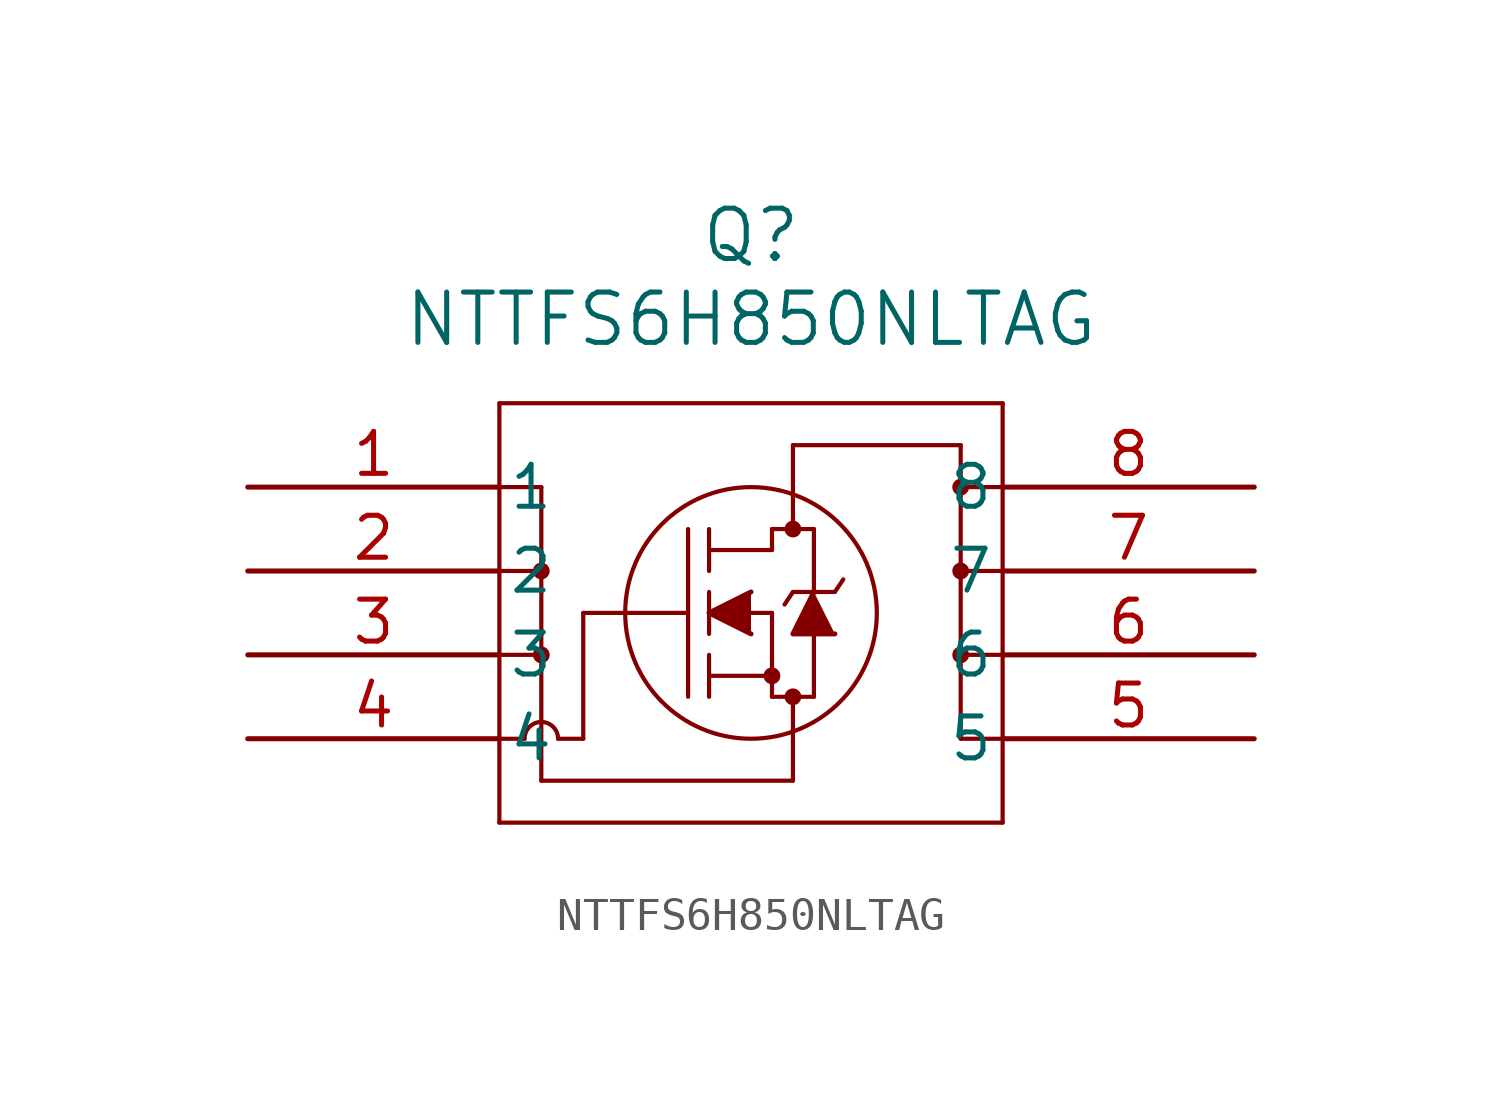
<source format=kicad_sym>
(kicad_symbol_lib
  (version 20211014)
  (generator kicad_symbol_editor)
  (symbol "NTTFS6H850NLTAG"
    (pin_names
      (offset 0.254))
    (property "Reference" "Q"
      (at 15.24 7.62 0)
      (effects (font (size 1.524 1.524))))
    (property "Value" "NTTFS6H850NLTAG"
      (at 15.24 5.08 0)
      (effects (font (size 1.524 1.524))))
    (symbol "NTTFS6H850NLTAG_0_1"
      (polyline (pts (xy 7.62 2.54) (xy 7.62 -10.16)) (stroke (width 0.127) (type default) (color 0 0 0 0)) (fill (type none)))
      (polyline (pts (xy 7.62 -10.16) (xy 22.86 -10.16)) (stroke (width 0.127) (type default) (color 0 0 0 0)) (fill (type none)))
      (polyline (pts (xy 22.86 -10.16) (xy 22.86 2.54)) (stroke (width 0.127) (type default) (color 0 0 0 0)) (fill (type none)))
      (polyline (pts (xy 22.86 2.54) (xy 7.62 2.54)) (stroke (width 0.127) (type default) (color 0 0 0 0)) (fill (type none)))
      (circle (center 16.51 -1.27) (radius 0.127) (stroke (width 0.254) (type default) (color 0 0 0 0)) (fill (type none)))
      (circle (center 16.51 -6.35) (radius 0.127) (stroke (width 0.254) (type default) (color 0 0 0 0)) (fill (type none)))
      (circle (center 15.875 -5.715) (radius 0.127) (stroke (width 0.254) (type default) (color 0 0 0 0)) (fill (type none)))
      (circle (center 15.24 -3.81) (radius 3.81) (stroke (width 0.127) (type default) (color 0 0 0 0)) (fill (type none)))
      (polyline (pts (xy 10.16 -3.81) (xy 13.335 -3.81)) (stroke (width 0.127) (type default) (color 0 0 0 0)) (fill (type none)))
      (polyline (pts (xy 13.335 -6.35) (xy 13.335 -1.27)) (stroke (width 0.127) (type default) (color 0 0 0 0)) (fill (type none)))
      (polyline (pts (xy 13.97 -4.445) (xy 13.97 -3.175)) (stroke (width 0.127) (type default) (color 0 0 0 0)) (fill (type none)))
      (polyline (pts (xy 13.97 -6.35) (xy 13.97 -5.08)) (stroke (width 0.127) (type default) (color 0 0 0 0)) (fill (type none)))
      (polyline (pts (xy 13.97 -2.54) (xy 13.97 -1.27)) (stroke (width 0.127) (type default) (color 0 0 0 0)) (fill (type none)))
      (polyline (pts (xy 15.24 -3.81) (xy 15.875 -3.81)) (stroke (width 0.127) (type default) (color 0 0 0 0)) (fill (type none)))
      (polyline (pts (xy 13.97 -5.715) (xy 15.875 -5.715)) (stroke (width 0.127) (type default) (color 0 0 0 0)) (fill (type none)))
      (polyline (pts (xy 15.875 -6.35) (xy 15.875 -3.81)) (stroke (width 0.127) (type default) (color 0 0 0 0)) (fill (type none)))
      (polyline (pts (xy 15.875 -6.35) (xy 17.145 -6.35)) (stroke (width 0.127) (type default) (color 0 0 0 0)) (fill (type none)))
      (polyline (pts (xy 13.97 -1.905) (xy 15.875 -1.905)) (stroke (width 0.127) (type default) (color 0 0 0 0)) (fill (type none)))
      (polyline (pts (xy 17.145 -3.175) (xy 17.145 -1.27)) (stroke (width 0.127) (type default) (color 0 0 0 0)) (fill (type none)))
      (polyline (pts (xy 17.145 -6.35) (xy 17.145 -4.445)) (stroke (width 0.127) (type default) (color 0 0 0 0)) (fill (type none)))
      (polyline (pts (xy 17.78 -3.175) (xy 16.51 -3.175)) (stroke (width 0.127) (type default) (color 0 0 0 0)) (fill (type none)))
      (polyline (pts (xy 15.875 -1.27) (xy 17.145 -1.27)) (stroke (width 0.127) (type default) (color 0 0 0 0)) (fill (type none)))
      (polyline (pts (xy 15.875 -1.905) (xy 15.875 -1.27)) (stroke (width 0.127) (type default) (color 0 0 0 0)) (fill (type none)))
      (polyline (pts (xy 7.62 -7.62) (xy 8.382 -7.62)) (stroke (width 0.127) (type default) (color 0 0 0 0)) (fill (type none)))
      (polyline (pts (xy 8.89 0) (xy 8.89 -8.89)) (stroke (width 0.127) (type default) (color 0 0 0 0)) (fill (type none)))
      (polyline (pts (xy 7.62 0) (xy 8.89 0)) (stroke (width 0.127) (type default) (color 0 0 0 0)) (fill (type none)))
      (polyline (pts (xy 7.62 -2.54) (xy 8.89 -2.54)) (stroke (width 0.127) (type default) (color 0 0 0 0)) (fill (type none)))
      (polyline (pts (xy 7.62 -5.08) (xy 8.89 -5.08)) (stroke (width 0.127) (type default) (color 0 0 0 0)) (fill (type none)))
      (arc (start 9.398 -7.62) (mid 8.89 -7.112) (end 8.382 -7.62) (stroke (width 0.127) (type default) (color 0 0 0 0)) (fill (type none)))
      (polyline (pts (xy 10.16 -7.62) (xy 9.398 -7.62)) (stroke (width 0.127) (type default) (color 0 0 0 0)) (fill (type none)))
      (polyline (pts (xy 8.89 -8.89) (xy 16.51 -8.89)) (stroke (width 0.127) (type default) (color 0 0 0 0)) (fill (type none)))
      (polyline (pts (xy 16.51 -8.89) (xy 16.51 -6.35)) (stroke (width 0.127) (type default) (color 0 0 0 0)) (fill (type none)))
      (polyline (pts (xy 22.86 -7.62) (xy 21.59 -7.62)) (stroke (width 0.127) (type default) (color 0 0 0 0)) (fill (type none)))
      (polyline (pts (xy 21.59 -7.62) (xy 21.59 1.27)) (stroke (width 0.127) (type default) (color 0 0 0 0)) (fill (type none)))
      (polyline (pts (xy 22.86 -5.08) (xy 21.59 -5.08)) (stroke (width 0.127) (type default) (color 0 0 0 0)) (fill (type none)))
      (polyline (pts (xy 22.86 -2.54) (xy 21.59 -2.54)) (stroke (width 0.127) (type default) (color 0 0 0 0)) (fill (type none)))
      (polyline (pts (xy 21.59 1.27) (xy 16.51 1.27)) (stroke (width 0.127) (type default) (color 0 0 0 0)) (fill (type none)))
      (polyline (pts (xy 16.51 1.27) (xy 16.51 -1.27)) (stroke (width 0.127) (type default) (color 0 0 0 0)) (fill (type none)))
      (circle (center 8.89 -2.54) (radius 0.127) (stroke (width 0.254) (type default) (color 0 0 0 0)) (fill (type none)))
      (circle (center 8.89 -5.08) (radius 0.127) (stroke (width 0.254) (type default) (color 0 0 0 0)) (fill (type none)))
      (polyline (pts (xy 10.16 -3.81) (xy 10.16 -7.62)) (stroke (width 0.127) (type default) (color 0 0 0 0)) (fill (type none)))
      (circle (center 21.59 0) (radius 0.127) (stroke (width 0.254) (type default) (color 0 0 0 0)) (fill (type none)))
      (circle (center 21.59 -2.54) (radius 0.127) (stroke (width 0.254) (type default) (color 0 0 0 0)) (fill (type none)))
      (circle (center 21.59 -5.08) (radius 0.127) (stroke (width 0.254) (type default) (color 0 0 0 0)) (fill (type none)))
      (polyline (pts (xy 15.24 -3.175) (xy 13.97 -3.81) (xy 15.24 -4.445)) (stroke (width 0) (type default) (color 0 0 0 0)) (fill (type outline)))
      (polyline (pts (xy 17.78 -4.445) (xy 16.51 -4.445) (xy 17.145 -3.175)) (stroke (width 0) (type default) (color 0 0 0 0)) (fill (type outline)))
      (polyline (pts (xy 22.86 0) (xy 21.59 0)) (stroke (width 0.127) (type default) (color 0 0 0 0)) (fill (type none)))
      (polyline (pts (xy 16.51 -3.175) (xy 16.256 -3.556)) (stroke (width 0.127) (type default) (color 0 0 0 0)) (fill (type none)))
      (polyline (pts (xy 17.78 -3.175) (xy 18.034 -2.794)) (stroke (width 0.127) (type default) (color 0 0 0 0)) (fill (type none)))
      (pin unspecified line (at 0 0 0) (length 7.62) (name "1" (effects (font (size 1.27 1.27)))) (number "1" (effects (font (size 1.27 1.27)))))
      (pin unspecified line (at 0 -2.54 0) (length 7.62) (name "2" (effects (font (size 1.27 1.27)))) (number "2" (effects (font (size 1.27 1.27)))))
      (pin unspecified line (at 0 -5.08 0) (length 7.62) (name "3" (effects (font (size 1.27 1.27)))) (number "3" (effects (font (size 1.27 1.27)))))
      (pin unspecified line (at 0 -7.62 0) (length 7.62) (name "4" (effects (font (size 1.27 1.27)))) (number "4" (effects (font (size 1.27 1.27)))))
      (pin unspecified line (at 30.48 -7.62 180) (length 7.62) (name "5" (effects (font (size 1.27 1.27)))) (number "5" (effects (font (size 1.27 1.27)))))
      (pin unspecified line (at 30.48 -5.08 180) (length 7.62) (name "6" (effects (font (size 1.27 1.27)))) (number "6" (effects (font (size 1.27 1.27)))))
      (pin unspecified line (at 30.48 -2.54 180) (length 7.62) (name "7" (effects (font (size 1.27 1.27)))) (number "7" (effects (font (size 1.27 1.27)))))
      (pin unspecified line (at 30.48 0 180) (length 7.62) (name "8" (effects (font (size 1.27 1.27)))) (number "8" (effects (font (size 1.27 1.27))))))))
</source>
